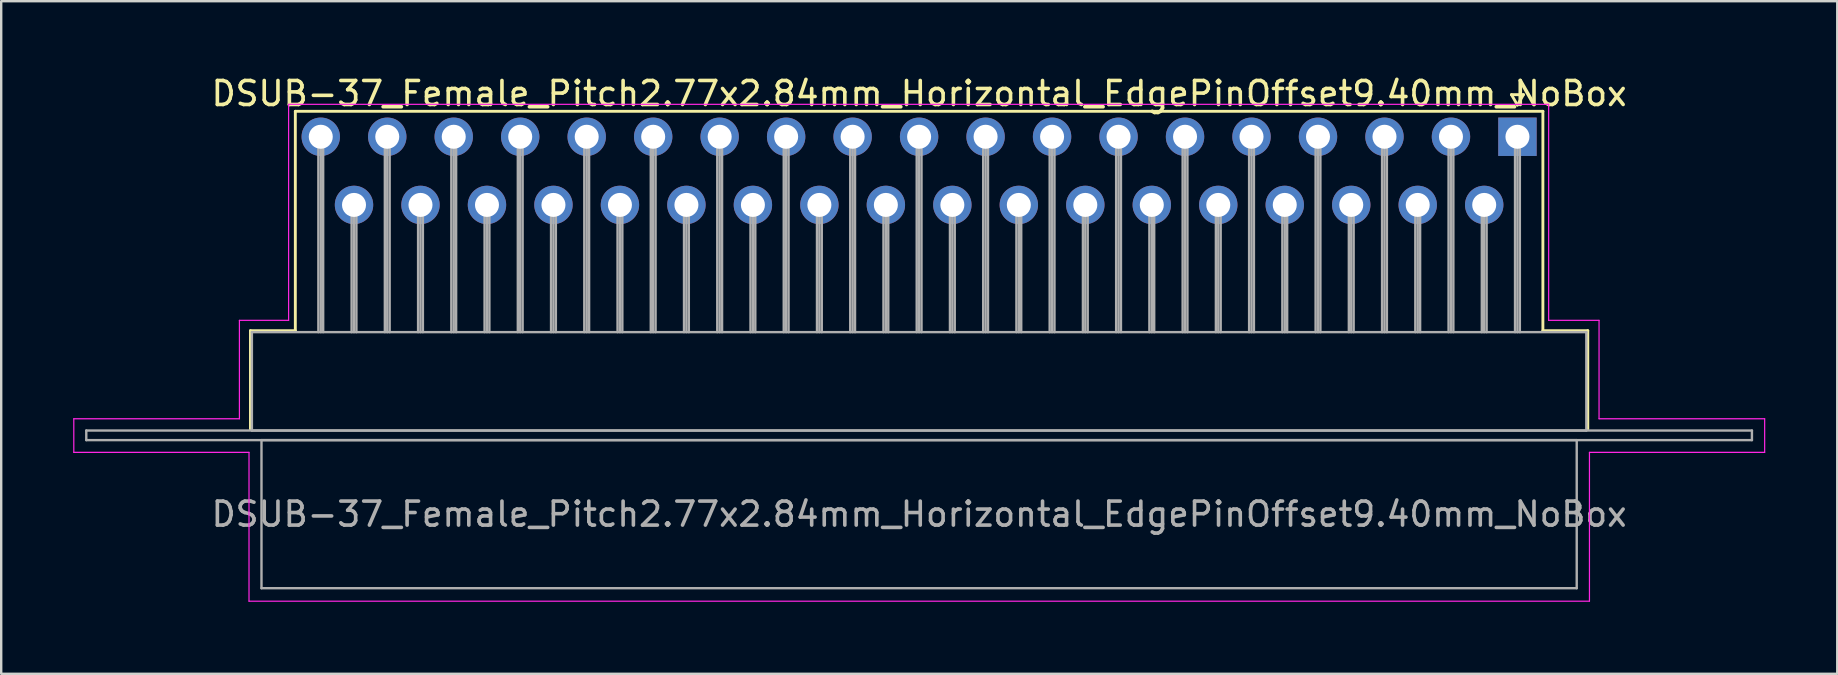
<source format=kicad_pcb>
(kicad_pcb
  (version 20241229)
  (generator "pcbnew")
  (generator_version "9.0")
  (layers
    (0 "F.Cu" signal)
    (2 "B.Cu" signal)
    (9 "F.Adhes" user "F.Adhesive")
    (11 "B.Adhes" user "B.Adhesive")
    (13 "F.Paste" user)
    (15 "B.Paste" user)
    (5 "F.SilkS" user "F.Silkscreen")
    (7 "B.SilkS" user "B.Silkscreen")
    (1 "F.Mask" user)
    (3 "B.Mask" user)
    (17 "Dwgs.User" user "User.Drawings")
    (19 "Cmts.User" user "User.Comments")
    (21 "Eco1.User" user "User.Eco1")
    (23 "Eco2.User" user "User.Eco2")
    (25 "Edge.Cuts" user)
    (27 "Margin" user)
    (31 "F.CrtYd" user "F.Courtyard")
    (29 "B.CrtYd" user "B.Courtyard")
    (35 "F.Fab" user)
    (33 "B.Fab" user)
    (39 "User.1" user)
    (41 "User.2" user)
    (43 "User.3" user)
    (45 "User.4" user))
  (footprint "DSUB-37_Female_Pitch2.77x2.84mm_Horizontal_EdgePinOffset9.40mm_NoBox"
    (layer "F.Cu")
    (at 60.175 2.648)
    (property "Reference" "DSUB-37_Female_Pitch2.77x2.84mm_Horizontal_EdgePinOffset9.40mm_NoBox" (at -24.93 -1.8 0) (layer "F.SilkS") (effects (font (size 1 1) (thickness 0.15))))
    (attr through_hole)
    (fp_line (start -52.79 8.08) (end -50.92 8.08) (stroke (width 0.12) (type solid)) (layer "F.SilkS"))
    (fp_line (start -52.79 12.18) (end -52.79 8.08) (stroke (width 0.12) (type solid)) (layer "F.SilkS"))
    (fp_line (start -50.92 -1.06) (end 1.06 -1.06) (stroke (width 0.12) (type solid)) (layer "F.SilkS"))
    (fp_line (start -50.92 8.08) (end -50.92 -1.06) (stroke (width 0.12) (type solid)) (layer "F.SilkS"))
    (fp_line (start -0.25 -1.754) (end 0.25 -1.754) (stroke (width 0.12) (type solid)) (layer "F.SilkS"))
    (fp_line (start 0 -1.321) (end -0.25 -1.754) (stroke (width 0.12) (type solid)) (layer "F.SilkS"))
    (fp_line (start 0.25 -1.754) (end 0 -1.321) (stroke (width 0.12) (type solid)) (layer "F.SilkS"))
    (fp_line (start 1.06 -1.06) (end 1.06 8.08) (stroke (width 0.12) (type solid)) (layer "F.SilkS"))
    (fp_line (start 1.06 8.08) (end 2.93 8.08) (stroke (width 0.12) (type solid)) (layer "F.SilkS"))
    (fp_line (start 2.93 8.08) (end 2.93 12.18) (stroke (width 0.12) (type solid)) (layer "F.SilkS"))
    (fp_line (start -60.15 11.75) (end -53.25 11.75) (stroke (width 0.05) (type solid)) (layer "F.CrtYd"))
    (fp_line (start -60.15 13.15) (end -60.15 11.75) (stroke (width 0.05) (type solid)) (layer "F.CrtYd"))
    (fp_line (start -53.25 7.65) (end -51.2 7.65) (stroke (width 0.05) (type solid)) (layer "F.CrtYd"))
    (fp_line (start -53.25 11.75) (end -53.25 7.65) (stroke (width 0.05) (type solid)) (layer "F.CrtYd"))
    (fp_line (start -52.85 13.15) (end -60.15 13.15) (stroke (width 0.05) (type solid)) (layer "F.CrtYd"))
    (fp_line (start -52.85 19.35) (end -52.85 13.15) (stroke (width 0.05) (type solid)) (layer "F.CrtYd"))
    (fp_line (start -51.2 -1.35) (end 1.3 -1.35) (stroke (width 0.05) (type solid)) (layer "F.CrtYd"))
    (fp_line (start -51.2 7.65) (end -51.2 -1.35) (stroke (width 0.05) (type solid)) (layer "F.CrtYd"))
    (fp_line (start 1.3 -1.35) (end 1.3 7.65) (stroke (width 0.05) (type solid)) (layer "F.CrtYd"))
    (fp_line (start 1.3 7.65) (end 3.4 7.65) (stroke (width 0.05) (type solid)) (layer "F.CrtYd"))
    (fp_line (start 3 13.15) (end 3 19.35) (stroke (width 0.05) (type solid)) (layer "F.CrtYd"))
    (fp_line (start 3 19.35) (end -52.85 19.35) (stroke (width 0.05) (type solid)) (layer "F.CrtYd"))
    (fp_line (start 3.4 7.65) (end 3.4 11.75) (stroke (width 0.05) (type solid)) (layer "F.CrtYd"))
    (fp_line (start 3.4 11.75) (end 10.3 11.75) (stroke (width 0.05) (type solid)) (layer "F.CrtYd"))
    (fp_line (start 10.3 11.75) (end 10.3 13.15) (stroke (width 0.05) (type solid)) (layer "F.CrtYd"))
    (fp_line (start 10.3 13.15) (end 3 13.15) (stroke (width 0.05) (type solid)) (layer "F.CrtYd"))
    (fp_line (start -59.63 12.24) (end -59.63 12.64) (stroke (width 0.1) (type solid)) (layer "F.Fab"))
    (fp_line (start -59.63 12.64) (end 9.77 12.64) (stroke (width 0.1) (type solid)) (layer "F.Fab"))
    (fp_line (start -52.73 8.14) (end -52.73 12.24) (stroke (width 0.1) (type solid)) (layer "F.Fab"))
    (fp_line (start -52.73 12.24) (end 2.87 12.24) (stroke (width 0.1) (type solid)) (layer "F.Fab"))
    (fp_line (start -52.33 12.64) (end -52.33 18.81) (stroke (width 0.1) (type solid)) (layer "F.Fab"))
    (fp_line (start -52.33 18.81) (end 2.47 18.81) (stroke (width 0.1) (type solid)) (layer "F.Fab"))
    (fp_line (start -49.96 0) (end -49.96 8.14) (stroke (width 0.1) (type solid)) (layer "F.Fab"))
    (fp_line (start -49.86 0) (end -49.86 8.14) (stroke (width 0.1) (type solid)) (layer "F.Fab"))
    (fp_line (start -49.76 0) (end -49.76 8.14) (stroke (width 0.1) (type solid)) (layer "F.Fab"))
    (fp_line (start -48.575 2.84) (end -48.575 8.14) (stroke (width 0.1) (type solid)) (layer "F.Fab"))
    (fp_line (start -48.475 2.84) (end -48.475 8.14) (stroke (width 0.1) (type solid)) (layer "F.Fab"))
    (fp_line (start -48.375 2.84) (end -48.375 8.14) (stroke (width 0.1) (type solid)) (layer "F.Fab"))
    (fp_line (start -47.19 0) (end -47.19 8.14) (stroke (width 0.1) (type solid)) (layer "F.Fab"))
    (fp_line (start -47.09 0) (end -47.09 8.14) (stroke (width 0.1) (type solid)) (layer "F.Fab"))
    (fp_line (start -46.99 0) (end -46.99 8.14) (stroke (width 0.1) (type solid)) (layer "F.Fab"))
    (fp_line (start -45.805 2.84) (end -45.805 8.14) (stroke (width 0.1) (type solid)) (layer "F.Fab"))
    (fp_line (start -45.705 2.84) (end -45.705 8.14) (stroke (width 0.1) (type solid)) (layer "F.Fab"))
    (fp_line (start -45.605 2.84) (end -45.605 8.14) (stroke (width 0.1) (type solid)) (layer "F.Fab"))
    (fp_line (start -44.42 0) (end -44.42 8.14) (stroke (width 0.1) (type solid)) (layer "F.Fab"))
    (fp_line (start -44.32 0) (end -44.32 8.14) (stroke (width 0.1) (type solid)) (layer "F.Fab"))
    (fp_line (start -44.22 0) (end -44.22 8.14) (stroke (width 0.1) (type solid)) (layer "F.Fab"))
    (fp_line (start -43.035 2.84) (end -43.035 8.14) (stroke (width 0.1) (type solid)) (layer "F.Fab"))
    (fp_line (start -42.935 2.84) (end -42.935 8.14) (stroke (width 0.1) (type solid)) (layer "F.Fab"))
    (fp_line (start -42.835 2.84) (end -42.835 8.14) (stroke (width 0.1) (type solid)) (layer "F.Fab"))
    (fp_line (start -41.65 0) (end -41.65 8.14) (stroke (width 0.1) (type solid)) (layer "F.Fab"))
    (fp_line (start -41.55 0) (end -41.55 8.14) (stroke (width 0.1) (type solid)) (layer "F.Fab"))
    (fp_line (start -41.45 0) (end -41.45 8.14) (stroke (width 0.1) (type solid)) (layer "F.Fab"))
    (fp_line (start -40.265 2.84) (end -40.265 8.14) (stroke (width 0.1) (type solid)) (layer "F.Fab"))
    (fp_line (start -40.165 2.84) (end -40.165 8.14) (stroke (width 0.1) (type solid)) (layer "F.Fab"))
    (fp_line (start -40.065 2.84) (end -40.065 8.14) (stroke (width 0.1) (type solid)) (layer "F.Fab"))
    (fp_line (start -38.88 0) (end -38.88 8.14) (stroke (width 0.1) (type solid)) (layer "F.Fab"))
    (fp_line (start -38.78 0) (end -38.78 8.14) (stroke (width 0.1) (type solid)) (layer "F.Fab"))
    (fp_line (start -38.68 0) (end -38.68 8.14) (stroke (width 0.1) (type solid)) (layer "F.Fab"))
    (fp_line (start -37.495 2.84) (end -37.495 8.14) (stroke (width 0.1) (type solid)) (layer "F.Fab"))
    (fp_line (start -37.395 2.84) (end -37.395 8.14) (stroke (width 0.1) (type solid)) (layer "F.Fab"))
    (fp_line (start -37.295 2.84) (end -37.295 8.14) (stroke (width 0.1) (type solid)) (layer "F.Fab"))
    (fp_line (start -36.11 0) (end -36.11 8.14) (stroke (width 0.1) (type solid)) (layer "F.Fab"))
    (fp_line (start -36.01 0) (end -36.01 8.14) (stroke (width 0.1) (type solid)) (layer "F.Fab"))
    (fp_line (start -35.91 0) (end -35.91 8.14) (stroke (width 0.1) (type solid)) (layer "F.Fab"))
    (fp_line (start -34.725 2.84) (end -34.725 8.14) (stroke (width 0.1) (type solid)) (layer "F.Fab"))
    (fp_line (start -34.625 2.84) (end -34.625 8.14) (stroke (width 0.1) (type solid)) (layer "F.Fab"))
    (fp_line (start -34.525 2.84) (end -34.525 8.14) (stroke (width 0.1) (type solid)) (layer "F.Fab"))
    (fp_line (start -33.34 0) (end -33.34 8.14) (stroke (width 0.1) (type solid)) (layer "F.Fab"))
    (fp_line (start -33.24 0) (end -33.24 8.14) (stroke (width 0.1) (type solid)) (layer "F.Fab"))
    (fp_line (start -33.14 0) (end -33.14 8.14) (stroke (width 0.1) (type solid)) (layer "F.Fab"))
    (fp_line (start -31.955 2.84) (end -31.955 8.14) (stroke (width 0.1) (type solid)) (layer "F.Fab"))
    (fp_line (start -31.855 2.84) (end -31.855 8.14) (stroke (width 0.1) (type solid)) (layer "F.Fab"))
    (fp_line (start -31.755 2.84) (end -31.755 8.14) (stroke (width 0.1) (type solid)) (layer "F.Fab"))
    (fp_line (start -30.57 0) (end -30.57 8.14) (stroke (width 0.1) (type solid)) (layer "F.Fab"))
    (fp_line (start -30.47 0) (end -30.47 8.14) (stroke (width 0.1) (type solid)) (layer "F.Fab"))
    (fp_line (start -30.37 0) (end -30.37 8.14) (stroke (width 0.1) (type solid)) (layer "F.Fab"))
    (fp_line (start -29.185 2.84) (end -29.185 8.14) (stroke (width 0.1) (type solid)) (layer "F.Fab"))
    (fp_line (start -29.085 2.84) (end -29.085 8.14) (stroke (width 0.1) (type solid)) (layer "F.Fab"))
    (fp_line (start -28.985 2.84) (end -28.985 8.14) (stroke (width 0.1) (type solid)) (layer "F.Fab"))
    (fp_line (start -27.8 0) (end -27.8 8.14) (stroke (width 0.1) (type solid)) (layer "F.Fab"))
    (fp_line (start -27.7 0) (end -27.7 8.14) (stroke (width 0.1) (type solid)) (layer "F.Fab"))
    (fp_line (start -27.6 0) (end -27.6 8.14) (stroke (width 0.1) (type solid)) (layer "F.Fab"))
    (fp_line (start -26.415 2.84) (end -26.415 8.14) (stroke (width 0.1) (type solid)) (layer "F.Fab"))
    (fp_line (start -26.315 2.84) (end -26.315 8.14) (stroke (width 0.1) (type solid)) (layer "F.Fab"))
    (fp_line (start -26.215 2.84) (end -26.215 8.14) (stroke (width 0.1) (type solid)) (layer "F.Fab"))
    (fp_line (start -25.03 0) (end -25.03 8.14) (stroke (width 0.1) (type solid)) (layer "F.Fab"))
    (fp_line (start -24.93 0) (end -24.93 8.14) (stroke (width 0.1) (type solid)) (layer "F.Fab"))
    (fp_line (start -24.83 0) (end -24.83 8.14) (stroke (width 0.1) (type solid)) (layer "F.Fab"))
    (fp_line (start -23.645 2.84) (end -23.645 8.14) (stroke (width 0.1) (type solid)) (layer "F.Fab"))
    (fp_line (start -23.545 2.84) (end -23.545 8.14) (stroke (width 0.1) (type solid)) (layer "F.Fab"))
    (fp_line (start -23.445 2.84) (end -23.445 8.14) (stroke (width 0.1) (type solid)) (layer "F.Fab"))
    (fp_line (start -22.26 0) (end -22.26 8.14) (stroke (width 0.1) (type solid)) (layer "F.Fab"))
    (fp_line (start -22.16 0) (end -22.16 8.14) (stroke (width 0.1) (type solid)) (layer "F.Fab"))
    (fp_line (start -22.06 0) (end -22.06 8.14) (stroke (width 0.1) (type solid)) (layer "F.Fab"))
    (fp_line (start -20.875 2.84) (end -20.875 8.14) (stroke (width 0.1) (type solid)) (layer "F.Fab"))
    (fp_line (start -20.775 2.84) (end -20.775 8.14) (stroke (width 0.1) (type solid)) (layer "F.Fab"))
    (fp_line (start -20.675 2.84) (end -20.675 8.14) (stroke (width 0.1) (type solid)) (layer "F.Fab"))
    (fp_line (start -19.49 0) (end -19.49 8.14) (stroke (width 0.1) (type solid)) (layer "F.Fab"))
    (fp_line (start -19.39 0) (end -19.39 8.14) (stroke (width 0.1) (type solid)) (layer "F.Fab"))
    (fp_line (start -19.29 0) (end -19.29 8.14) (stroke (width 0.1) (type solid)) (layer "F.Fab"))
    (fp_line (start -18.105 2.84) (end -18.105 8.14) (stroke (width 0.1) (type solid)) (layer "F.Fab"))
    (fp_line (start -18.005 2.84) (end -18.005 8.14) (stroke (width 0.1) (type solid)) (layer "F.Fab"))
    (fp_line (start -17.905 2.84) (end -17.905 8.14) (stroke (width 0.1) (type solid)) (layer "F.Fab"))
    (fp_line (start -16.72 0) (end -16.72 8.14) (stroke (width 0.1) (type solid)) (layer "F.Fab"))
    (fp_line (start -16.62 0) (end -16.62 8.14) (stroke (width 0.1) (type solid)) (layer "F.Fab"))
    (fp_line (start -16.52 0) (end -16.52 8.14) (stroke (width 0.1) (type solid)) (layer "F.Fab"))
    (fp_line (start -15.335 2.84) (end -15.335 8.14) (stroke (width 0.1) (type solid)) (layer "F.Fab"))
    (fp_line (start -15.235 2.84) (end -15.235 8.14) (stroke (width 0.1) (type solid)) (layer "F.Fab"))
    (fp_line (start -15.135 2.84) (end -15.135 8.14) (stroke (width 0.1) (type solid)) (layer "F.Fab"))
    (fp_line (start -13.95 0) (end -13.95 8.14) (stroke (width 0.1) (type solid)) (layer "F.Fab"))
    (fp_line (start -13.85 0) (end -13.85 8.14) (stroke (width 0.1) (type solid)) (layer "F.Fab"))
    (fp_line (start -13.75 0) (end -13.75 8.14) (stroke (width 0.1) (type solid)) (layer "F.Fab"))
    (fp_line (start -12.565 2.84) (end -12.565 8.14) (stroke (width 0.1) (type solid)) (layer "F.Fab"))
    (fp_line (start -12.465 2.84) (end -12.465 8.14) (stroke (width 0.1) (type solid)) (layer "F.Fab"))
    (fp_line (start -12.365 2.84) (end -12.365 8.14) (stroke (width 0.1) (type solid)) (layer "F.Fab"))
    (fp_line (start -11.18 0) (end -11.18 8.14) (stroke (width 0.1) (type solid)) (layer "F.Fab"))
    (fp_line (start -11.08 0) (end -11.08 8.14) (stroke (width 0.1) (type solid)) (layer "F.Fab"))
    (fp_line (start -10.98 0) (end -10.98 8.14) (stroke (width 0.1) (type solid)) (layer "F.Fab"))
    (fp_line (start -9.795 2.84) (end -9.795 8.14) (stroke (width 0.1) (type solid)) (layer "F.Fab"))
    (fp_line (start -9.695 2.84) (end -9.695 8.14) (stroke (width 0.1) (type solid)) (layer "F.Fab"))
    (fp_line (start -9.595 2.84) (end -9.595 8.14) (stroke (width 0.1) (type solid)) (layer "F.Fab"))
    (fp_line (start -8.41 0) (end -8.41 8.14) (stroke (width 0.1) (type solid)) (layer "F.Fab"))
    (fp_line (start -8.31 0) (end -8.31 8.14) (stroke (width 0.1) (type solid)) (layer "F.Fab"))
    (fp_line (start -8.21 0) (end -8.21 8.14) (stroke (width 0.1) (type solid)) (layer "F.Fab"))
    (fp_line (start -7.025 2.84) (end -7.025 8.14) (stroke (width 0.1) (type solid)) (layer "F.Fab"))
    (fp_line (start -6.925 2.84) (end -6.925 8.14) (stroke (width 0.1) (type solid)) (layer "F.Fab"))
    (fp_line (start -6.825 2.84) (end -6.825 8.14) (stroke (width 0.1) (type solid)) (layer "F.Fab"))
    (fp_line (start -5.64 0) (end -5.64 8.14) (stroke (width 0.1) (type solid)) (layer "F.Fab"))
    (fp_line (start -5.54 0) (end -5.54 8.14) (stroke (width 0.1) (type solid)) (layer "F.Fab"))
    (fp_line (start -5.44 0) (end -5.44 8.14) (stroke (width 0.1) (type solid)) (layer "F.Fab"))
    (fp_line (start -4.255 2.84) (end -4.255 8.14) (stroke (width 0.1) (type solid)) (layer "F.Fab"))
    (fp_line (start -4.155 2.84) (end -4.155 8.14) (stroke (width 0.1) (type solid)) (layer "F.Fab"))
    (fp_line (start -4.055 2.84) (end -4.055 8.14) (stroke (width 0.1) (type solid)) (layer "F.Fab"))
    (fp_line (start -2.87 0) (end -2.87 8.14) (stroke (width 0.1) (type solid)) (layer "F.Fab"))
    (fp_line (start -2.77 0) (end -2.77 8.14) (stroke (width 0.1) (type solid)) (layer "F.Fab"))
    (fp_line (start -2.67 0) (end -2.67 8.14) (stroke (width 0.1) (type solid)) (layer "F.Fab"))
    (fp_line (start -1.485 2.84) (end -1.485 8.14) (stroke (width 0.1) (type solid)) (layer "F.Fab"))
    (fp_line (start -1.385 2.84) (end -1.385 8.14) (stroke (width 0.1) (type solid)) (layer "F.Fab"))
    (fp_line (start -1.285 2.84) (end -1.285 8.14) (stroke (width 0.1) (type solid)) (layer "F.Fab"))
    (fp_line (start -0.1 0) (end -0.1 8.14) (stroke (width 0.1) (type solid)) (layer "F.Fab"))
    (fp_line (start 0 0) (end 0 8.14) (stroke (width 0.1) (type solid)) (layer "F.Fab"))
    (fp_line (start 0.1 0) (end 0.1 8.14) (stroke (width 0.1) (type solid)) (layer "F.Fab"))
    (fp_line (start 2.47 12.64) (end -52.33 12.64) (stroke (width 0.1) (type solid)) (layer "F.Fab"))
    (fp_line (start 2.47 18.81) (end 2.47 12.64) (stroke (width 0.1) (type solid)) (layer "F.Fab"))
    (fp_line (start 2.87 8.14) (end -52.73 8.14) (stroke (width 0.1) (type solid)) (layer "F.Fab"))
    (fp_line (start 2.87 12.24) (end 2.87 8.14) (stroke (width 0.1) (type solid)) (layer "F.Fab"))
    (fp_line (start 9.77 12.24) (end -59.63 12.24) (stroke (width 0.1) (type solid)) (layer "F.Fab"))
    (fp_line (start 9.77 12.64) (end 9.77 12.24) (stroke (width 0.1) (type solid)) (layer "F.Fab"))
    (fp_text user "${REFERENCE}" (at -24.93 15.725 0) (layer "F.Fab") (effects (font (size 1 1) (thickness 0.15))))
    (pad "1" thru_hole rect (at 0 0) (size 1.6 1.6) (drill 1) (layers "*.Cu" "*.Mask"))
    (pad "2" thru_hole circle (at -2.77 0) (size 1.6 1.6) (drill 1) (layers "*.Cu" "*.Mask"))
    (pad "3" thru_hole circle (at -5.54 0) (size 1.6 1.6) (drill 1) (layers "*.Cu" "*.Mask"))
    (pad "4" thru_hole circle (at -8.31 0) (size 1.6 1.6) (drill 1) (layers "*.Cu" "*.Mask"))
    (pad "5" thru_hole circle (at -11.08 0) (size 1.6 1.6) (drill 1) (layers "*.Cu" "*.Mask"))
    (pad "6" thru_hole circle (at -13.85 0) (size 1.6 1.6) (drill 1) (layers "*.Cu" "*.Mask"))
    (pad "7" thru_hole circle (at -16.62 0) (size 1.6 1.6) (drill 1) (layers "*.Cu" "*.Mask"))
    (pad "8" thru_hole circle (at -19.39 0) (size 1.6 1.6) (drill 1) (layers "*.Cu" "*.Mask"))
    (pad "9" thru_hole circle (at -22.16 0) (size 1.6 1.6) (drill 1) (layers "*.Cu" "*.Mask"))
    (pad "10" thru_hole circle (at -24.93 0) (size 1.6 1.6) (drill 1) (layers "*.Cu" "*.Mask"))
    (pad "11" thru_hole circle (at -27.7 0) (size 1.6 1.6) (drill 1) (layers "*.Cu" "*.Mask"))
    (pad "12" thru_hole circle (at -30.47 0) (size 1.6 1.6) (drill 1) (layers "*.Cu" "*.Mask"))
    (pad "13" thru_hole circle (at -33.24 0) (size 1.6 1.6) (drill 1) (layers "*.Cu" "*.Mask"))
    (pad "14" thru_hole circle (at -36.01 0) (size 1.6 1.6) (drill 1) (layers "*.Cu" "*.Mask"))
    (pad "15" thru_hole circle (at -38.78 0) (size 1.6 1.6) (drill 1) (layers "*.Cu" "*.Mask"))
    (pad "16" thru_hole circle (at -41.55 0) (size 1.6 1.6) (drill 1) (layers "*.Cu" "*.Mask"))
    (pad "17" thru_hole circle (at -44.32 0) (size 1.6 1.6) (drill 1) (layers "*.Cu" "*.Mask"))
    (pad "18" thru_hole circle (at -47.09 0) (size 1.6 1.6) (drill 1) (layers "*.Cu" "*.Mask"))
    (pad "19" thru_hole circle (at -49.86 0) (size 1.6 1.6) (drill 1) (layers "*.Cu" "*.Mask"))
    (pad "20" thru_hole circle (at -1.385 2.84) (size 1.6 1.6) (drill 1) (layers "*.Cu" "*.Mask"))
    (pad "21" thru_hole circle (at -4.155 2.84) (size 1.6 1.6) (drill 1) (layers "*.Cu" "*.Mask"))
    (pad "22" thru_hole circle (at -6.925 2.84) (size 1.6 1.6) (drill 1) (layers "*.Cu" "*.Mask"))
    (pad "23" thru_hole circle (at -9.695 2.84) (size 1.6 1.6) (drill 1) (layers "*.Cu" "*.Mask"))
    (pad "24" thru_hole circle (at -12.465 2.84) (size 1.6 1.6) (drill 1) (layers "*.Cu" "*.Mask"))
    (pad "25" thru_hole circle (at -15.235 2.84) (size 1.6 1.6) (drill 1) (layers "*.Cu" "*.Mask"))
    (pad "26" thru_hole circle (at -18.005 2.84) (size 1.6 1.6) (drill 1) (layers "*.Cu" "*.Mask"))
    (pad "27" thru_hole circle (at -20.775 2.84) (size 1.6 1.6) (drill 1) (layers "*.Cu" "*.Mask"))
    (pad "28" thru_hole circle (at -23.545 2.84) (size 1.6 1.6) (drill 1) (layers "*.Cu" "*.Mask"))
    (pad "29" thru_hole circle (at -26.315 2.84) (size 1.6 1.6) (drill 1) (layers "*.Cu" "*.Mask"))
    (pad "30" thru_hole circle (at -29.085 2.84) (size 1.6 1.6) (drill 1) (layers "*.Cu" "*.Mask"))
    (pad "31" thru_hole circle (at -31.855 2.84) (size 1.6 1.6) (drill 1) (layers "*.Cu" "*.Mask"))
    (pad "32" thru_hole circle (at -34.625 2.84) (size 1.6 1.6) (drill 1) (layers "*.Cu" "*.Mask"))
    (pad "33" thru_hole circle (at -37.395 2.84) (size 1.6 1.6) (drill 1) (layers "*.Cu" "*.Mask"))
    (pad "34" thru_hole circle (at -40.165 2.84) (size 1.6 1.6) (drill 1) (layers "*.Cu" "*.Mask"))
    (pad "35" thru_hole circle (at -42.935 2.84) (size 1.6 1.6) (drill 1) (layers "*.Cu" "*.Mask"))
    (pad "36" thru_hole circle (at -45.705 2.84) (size 1.6 1.6) (drill 1) (layers "*.Cu" "*.Mask"))
    (pad "37" thru_hole circle (at -48.475 2.84) (size 1.6 1.6) (drill 1) (layers "*.Cu" "*.Mask")))
  (gr_rect
    (start -3 -3)
    (end 73.5 25.023)
    (stroke (width 0.1) (type default))
    (fill no)
    (layer "Edge.Cuts")))
</source>
